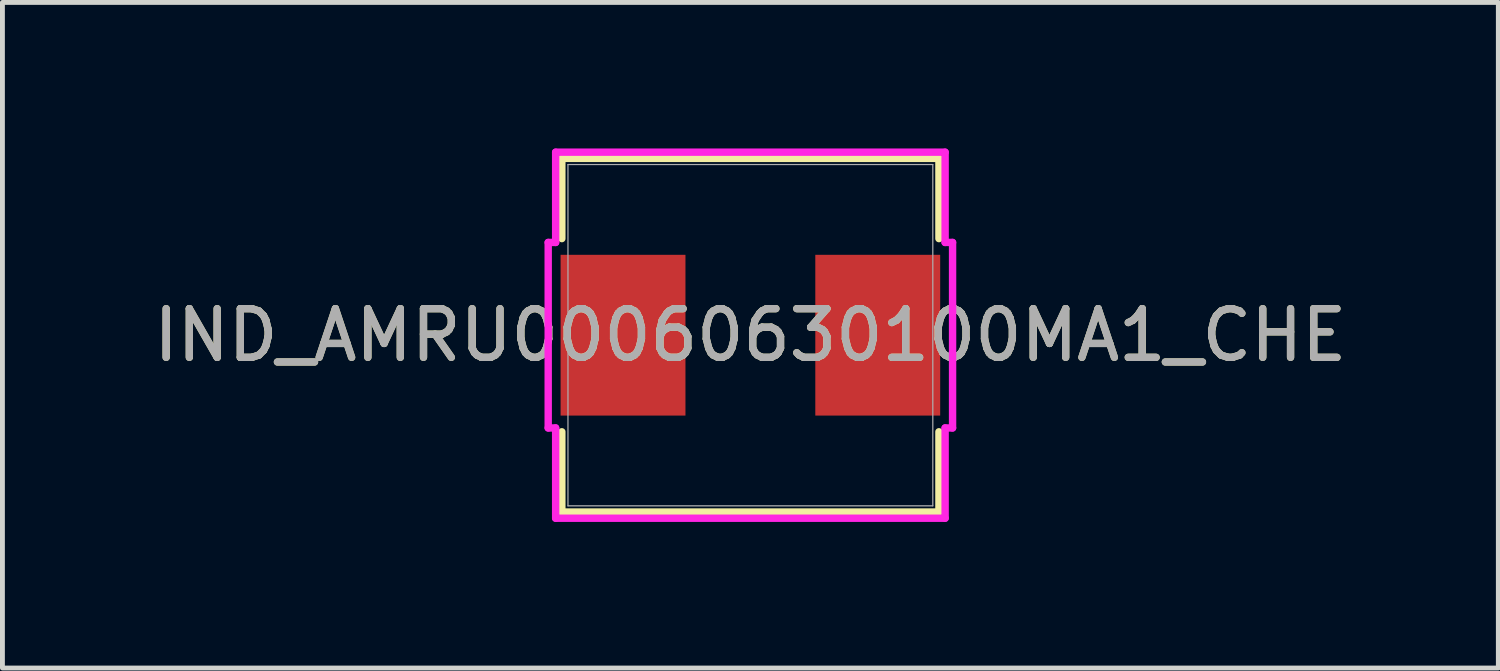
<source format=kicad_pcb>
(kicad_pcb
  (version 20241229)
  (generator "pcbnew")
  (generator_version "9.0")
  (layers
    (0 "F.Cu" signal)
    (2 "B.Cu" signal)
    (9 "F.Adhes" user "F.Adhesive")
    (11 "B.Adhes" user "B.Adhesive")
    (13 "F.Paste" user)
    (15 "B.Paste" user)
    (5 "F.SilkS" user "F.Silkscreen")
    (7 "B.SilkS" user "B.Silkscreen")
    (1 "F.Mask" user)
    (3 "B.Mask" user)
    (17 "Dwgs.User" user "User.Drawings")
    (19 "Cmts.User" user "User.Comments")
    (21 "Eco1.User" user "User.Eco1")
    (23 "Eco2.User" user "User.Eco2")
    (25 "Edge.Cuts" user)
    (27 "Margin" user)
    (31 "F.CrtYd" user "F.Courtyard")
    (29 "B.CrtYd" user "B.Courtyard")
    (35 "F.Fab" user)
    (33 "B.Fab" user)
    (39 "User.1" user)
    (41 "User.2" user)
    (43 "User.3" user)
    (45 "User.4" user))
  (footprint "IND_AMRU00060630100MA1_CHE"
    (layer "F.Cu")
    (at 12.363 3.835)
    (property "Reference" "IND_AMRU00060630100MA1_CHE" (at 0 0 0) (unlocked yes) (layer "F.SilkS") (effects (font (size 1 1) (thickness 0.15))))
    (attr smd)
    (fp_line (start -3.873 -3.632) (end -3.873 -1.984) (stroke (width 0.152) (type solid)) (layer "F.SilkS"))
    (fp_line (start -3.873 1.984) (end -3.873 3.632) (stroke (width 0.152) (type solid)) (layer "F.SilkS"))
    (fp_line (start -3.873 3.632) (end 3.873 3.632) (stroke (width 0.152) (type solid)) (layer "F.SilkS"))
    (fp_line (start 3.873 -3.632) (end -3.873 -3.632) (stroke (width 0.152) (type solid)) (layer "F.SilkS"))
    (fp_line (start 3.873 -1.984) (end 3.873 -3.632) (stroke (width 0.152) (type solid)) (layer "F.SilkS"))
    (fp_line (start 3.873 3.632) (end 3.873 1.984) (stroke (width 0.152) (type solid)) (layer "F.SilkS"))
    (fp_line (start -4.153 -1.905) (end -4 -1.905) (stroke (width 0.152) (type solid)) (layer "F.CrtYd"))
    (fp_line (start -4.153 1.905) (end -4.153 -1.905) (stroke (width 0.152) (type solid)) (layer "F.CrtYd"))
    (fp_line (start -4 -3.759) (end 4 -3.759) (stroke (width 0.152) (type solid)) (layer "F.CrtYd"))
    (fp_line (start -4 -1.905) (end -4 -3.759) (stroke (width 0.152) (type solid)) (layer "F.CrtYd"))
    (fp_line (start -4 1.905) (end -4.153 1.905) (stroke (width 0.152) (type solid)) (layer "F.CrtYd"))
    (fp_line (start -4 3.759) (end -4 1.905) (stroke (width 0.152) (type solid)) (layer "F.CrtYd"))
    (fp_line (start 4 -3.759) (end 4 -1.905) (stroke (width 0.152) (type solid)) (layer "F.CrtYd"))
    (fp_line (start 4 -1.905) (end 4.153 -1.905) (stroke (width 0.152) (type solid)) (layer "F.CrtYd"))
    (fp_line (start 4 1.905) (end 4 3.759) (stroke (width 0.152) (type solid)) (layer "F.CrtYd"))
    (fp_line (start 4 3.759) (end -4 3.759) (stroke (width 0.152) (type solid)) (layer "F.CrtYd"))
    (fp_line (start 4.153 -1.905) (end 4.153 1.905) (stroke (width 0.152) (type solid)) (layer "F.CrtYd"))
    (fp_line (start 4.153 1.905) (end 4 1.905) (stroke (width 0.152) (type solid)) (layer "F.CrtYd"))
    (fp_line (start -3.747 -3.505) (end -3.747 3.505) (stroke (width 0.025) (type solid)) (layer "F.Fab"))
    (fp_line (start -3.747 3.505) (end 3.747 3.505) (stroke (width 0.025) (type solid)) (layer "F.Fab"))
    (fp_line (start 3.747 -3.505) (end -3.747 -3.505) (stroke (width 0.025) (type solid)) (layer "F.Fab"))
    (fp_line (start 3.747 3.505) (end 3.747 -3.505) (stroke (width 0.025) (type solid)) (layer "F.Fab"))
    (fp_circle (center -3.239 0) (end -3.239 0) (stroke (width 0.025) (type solid)) (fill no) (layer "F.Fab"))
    (fp_text user "${REFERENCE}" (at 0 0 0) (unlocked yes) (layer "F.Fab") (effects (font (size 1 1) (thickness 0.15))))
    (pad "1" smd rect (at -2.616 0 90) (size 3.302 2.565) (layers "F.Cu" "F.Mask" "F.Paste"))
    (pad "2" smd rect (at 2.616 0 90) (size 3.302 2.565) (layers "F.Cu" "F.Mask" "F.Paste"))
    (zone (net_name "") (layer "F.Cu") (hatch full 0.508) (connect_pads) (min_thickness 0.254) (filled_areas_thickness no) (keepout (tracks not_allowed) (vias not_allowed) (pads allowed) (copperpour not_allowed) (footprints allowed)) (placement (enabled no)) (fill) (polygon (pts (xy 8.667 0.381) (xy 16.059 0.381) (xy 16.059 2.134) (xy 8.667 2.134))))
    (zone (net_name "") (layer "F.Cu") (hatch full 0.508) (connect_pads) (min_thickness 0.254) (filled_areas_thickness no) (keepout (tracks not_allowed) (vias not_allowed) (pads allowed) (copperpour not_allowed) (footprints allowed)) (placement (enabled no)) (fill) (polygon (pts (xy 8.667 5.537) (xy 16.059 5.537) (xy 16.059 7.29) (xy 8.667 7.29))))
    (zone (net_name "") (layer "F.Cu") (hatch full 0.508) (connect_pads) (min_thickness 0.254) (filled_areas_thickness no) (keepout (tracks not_allowed) (vias not_allowed) (pads allowed) (copperpour not_allowed) (footprints allowed)) (placement (enabled no)) (fill) (polygon (pts (xy 11.08 2.134) (xy 13.646 2.134) (xy 13.646 5.537) (xy 11.08 5.537)))))
  (gr_rect
    (start -3 -3)
    (end 27.726 10.671)
    (stroke (width 0.1) (type default))
    (fill no)
    (layer "Edge.Cuts")))
</source>
